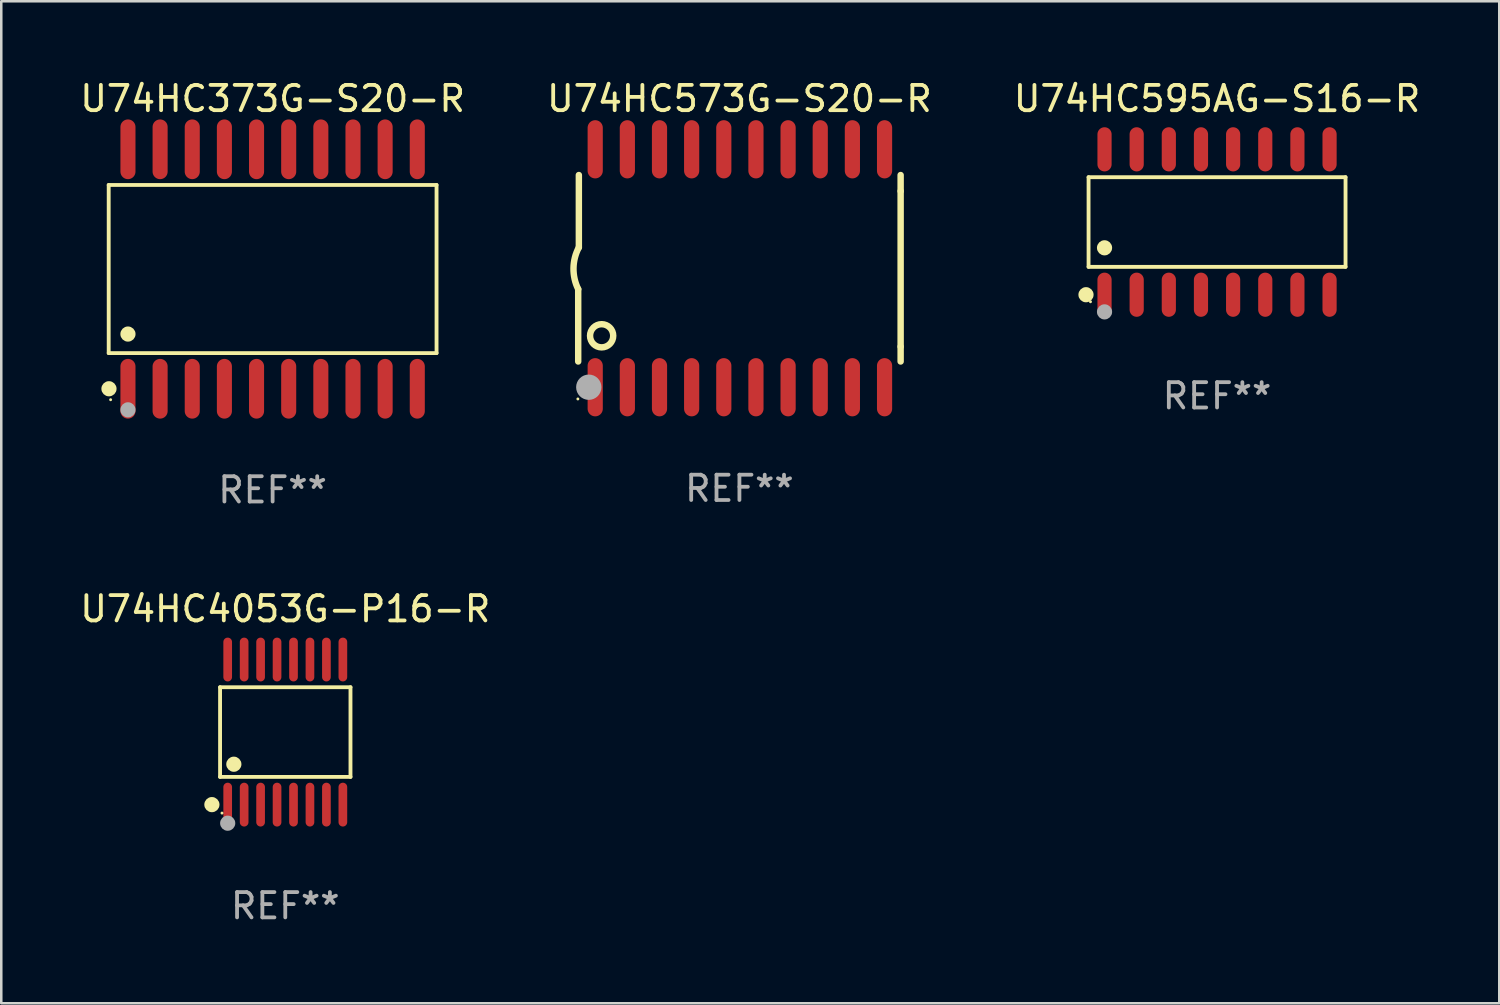
<source format=kicad_pcb>
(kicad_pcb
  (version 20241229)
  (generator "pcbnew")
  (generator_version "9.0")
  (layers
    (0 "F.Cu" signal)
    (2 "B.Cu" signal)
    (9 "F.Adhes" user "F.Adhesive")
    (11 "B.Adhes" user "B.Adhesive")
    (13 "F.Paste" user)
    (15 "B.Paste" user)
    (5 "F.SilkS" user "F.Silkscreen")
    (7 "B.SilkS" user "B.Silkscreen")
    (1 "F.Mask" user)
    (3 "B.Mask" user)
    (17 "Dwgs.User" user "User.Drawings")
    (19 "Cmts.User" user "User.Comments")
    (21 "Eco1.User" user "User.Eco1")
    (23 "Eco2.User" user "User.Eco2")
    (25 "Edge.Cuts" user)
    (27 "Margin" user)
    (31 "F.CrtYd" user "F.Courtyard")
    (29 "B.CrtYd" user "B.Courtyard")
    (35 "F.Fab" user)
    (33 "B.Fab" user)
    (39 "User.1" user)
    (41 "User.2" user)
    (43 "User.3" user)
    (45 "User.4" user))
  (footprint "U74HC373G-S20-R"
    (layer "F.Cu")
    (at 7.72 7.578)
    (property "Reference" "U74HC373G-S20-R" (at 0 -6.73 0) (layer "F.SilkS") (effects (font (size 1 1) (thickness 0.15))))
    (attr through_hole)
    (fp_line (start -6.476 -3.321) (end 6.476 -3.321) (stroke (width 0.152) (type solid)) (layer "F.SilkS"))
    (fp_line (start -6.476 3.321) (end -6.476 -3.321) (stroke (width 0.152) (type solid)) (layer "F.SilkS"))
    (fp_line (start 6.476 -3.321) (end 6.476 3.321) (stroke (width 0.152) (type solid)) (layer "F.SilkS"))
    (fp_line (start 6.476 3.321) (end -6.476 3.321) (stroke (width 0.152) (type solid)) (layer "F.SilkS"))
    (fp_circle (center -6.465 4.73) (end -6.315 4.73) (stroke (width 0.3) (type solid)) (fill no) (layer "F.SilkS"))
    (fp_circle (center -6.4 5.163) (end -6.37 5.163) (stroke (width 0.06) (type solid)) (fill no) (layer "F.SilkS"))
    (fp_circle (center -5.715 2.569) (end -5.565 2.569) (stroke (width 0.3) (type solid)) (fill no) (layer "F.SilkS"))
    (fp_circle (center -5.715 5.563) (end -5.565 5.563) (stroke (width 0.3) (type solid)) (fill no) (layer "F.Fab"))
    (fp_text user "REF**" (at 0 8.73 0) (layer "F.Fab") (effects (font (size 1 1) (thickness 0.15))))
    (pad "1" smd oval (at -5.715 4.73) (size 0.595 2.36) (layers "F.Cu" "F.Mask" "F.Paste"))
    (pad "2" smd oval (at -4.445 4.73) (size 0.595 2.36) (layers "F.Cu" "F.Mask" "F.Paste"))
    (pad "3" smd oval (at -3.175 4.73) (size 0.595 2.36) (layers "F.Cu" "F.Mask" "F.Paste"))
    (pad "4" smd oval (at -1.905 4.73) (size 0.595 2.36) (layers "F.Cu" "F.Mask" "F.Paste"))
    (pad "5" smd oval (at -0.635 4.73) (size 0.595 2.36) (layers "F.Cu" "F.Mask" "F.Paste"))
    (pad "6" smd oval (at 0.635 4.73) (size 0.595 2.36) (layers "F.Cu" "F.Mask" "F.Paste"))
    (pad "7" smd oval (at 1.905 4.73) (size 0.595 2.36) (layers "F.Cu" "F.Mask" "F.Paste"))
    (pad "8" smd oval (at 3.175 4.73) (size 0.595 2.36) (layers "F.Cu" "F.Mask" "F.Paste"))
    (pad "9" smd oval (at 4.445 4.73) (size 0.595 2.36) (layers "F.Cu" "F.Mask" "F.Paste"))
    (pad "10" smd oval (at 5.715 4.73) (size 0.595 2.36) (layers "F.Cu" "F.Mask" "F.Paste"))
    (pad "11" smd oval (at 5.715 -4.73) (size 0.595 2.36) (layers "F.Cu" "F.Mask" "F.Paste"))
    (pad "12" smd oval (at 4.445 -4.73) (size 0.595 2.36) (layers "F.Cu" "F.Mask" "F.Paste"))
    (pad "13" smd oval (at 3.175 -4.73) (size 0.595 2.36) (layers "F.Cu" "F.Mask" "F.Paste"))
    (pad "14" smd oval (at 1.905 -4.73) (size 0.595 2.36) (layers "F.Cu" "F.Mask" "F.Paste"))
    (pad "15" smd oval (at 0.635 -4.73) (size 0.595 2.36) (layers "F.Cu" "F.Mask" "F.Paste"))
    (pad "16" smd oval (at -0.635 -4.73) (size 0.595 2.36) (layers "F.Cu" "F.Mask" "F.Paste"))
    (pad "17" smd oval (at -1.905 -4.73) (size 0.595 2.36) (layers "F.Cu" "F.Mask" "F.Paste"))
    (pad "18" smd oval (at -3.175 -4.73) (size 0.595 2.36) (layers "F.Cu" "F.Mask" "F.Paste"))
    (pad "19" smd oval (at -4.445 -4.73) (size 0.595 2.36) (layers "F.Cu" "F.Mask" "F.Paste"))
    (pad "20" smd oval (at -5.715 -4.73) (size 0.595 2.36) (layers "F.Cu" "F.Mask" "F.Paste")))
  (footprint "U74HC595AG-S16-R"
    (layer "F.Cu")
    (at 45.03 5.721)
    (property "Reference" "U74HC595AG-S16-R" (at 0 -4.872 0) (layer "F.SilkS") (effects (font (size 1 1) (thickness 0.15))))
    (attr through_hole)
    (fp_line (start -5.076 -1.771) (end 5.076 -1.771) (stroke (width 0.152) (type solid)) (layer "F.SilkS"))
    (fp_line (start -5.076 1.771) (end -5.076 -1.771) (stroke (width 0.152) (type solid)) (layer "F.SilkS"))
    (fp_line (start 5.076 -1.771) (end 5.076 1.771) (stroke (width 0.152) (type solid)) (layer "F.SilkS"))
    (fp_line (start 5.076 1.771) (end -5.076 1.771) (stroke (width 0.152) (type solid)) (layer "F.SilkS"))
    (fp_circle (center -5.177 2.872) (end -5.027 2.872) (stroke (width 0.3) (type solid)) (fill no) (layer "F.SilkS"))
    (fp_circle (center -5 3.15) (end -4.97 3.15) (stroke (width 0.06) (type solid)) (fill no) (layer "F.SilkS"))
    (fp_circle (center -4.445 1.019) (end -4.295 1.019) (stroke (width 0.3) (type solid)) (fill no) (layer "F.SilkS"))
    (fp_circle (center -4.445 3.55) (end -4.295 3.55) (stroke (width 0.3) (type solid)) (fill no) (layer "F.Fab"))
    (fp_text user "REF**" (at 0 6.872 0) (layer "F.Fab") (effects (font (size 1 1) (thickness 0.15))))
    (pad "1" smd oval (at -4.445 2.872) (size 0.56 1.745) (layers "F.Cu" "F.Mask" "F.Paste"))
    (pad "2" smd oval (at -3.175 2.872) (size 0.56 1.745) (layers "F.Cu" "F.Mask" "F.Paste"))
    (pad "3" smd oval (at -1.905 2.872) (size 0.56 1.745) (layers "F.Cu" "F.Mask" "F.Paste"))
    (pad "4" smd oval (at -0.635 2.872) (size 0.56 1.745) (layers "F.Cu" "F.Mask" "F.Paste"))
    (pad "5" smd oval (at 0.635 2.872) (size 0.56 1.745) (layers "F.Cu" "F.Mask" "F.Paste"))
    (pad "6" smd oval (at 1.905 2.872) (size 0.56 1.745) (layers "F.Cu" "F.Mask" "F.Paste"))
    (pad "7" smd oval (at 3.175 2.872) (size 0.56 1.745) (layers "F.Cu" "F.Mask" "F.Paste"))
    (pad "8" smd oval (at 4.445 2.872) (size 0.56 1.745) (layers "F.Cu" "F.Mask" "F.Paste"))
    (pad "9" smd oval (at 4.445 -2.872) (size 0.56 1.745) (layers "F.Cu" "F.Mask" "F.Paste"))
    (pad "10" smd oval (at 3.175 -2.872) (size 0.56 1.745) (layers "F.Cu" "F.Mask" "F.Paste"))
    (pad "11" smd oval (at 1.905 -2.872) (size 0.56 1.745) (layers "F.Cu" "F.Mask" "F.Paste"))
    (pad "12" smd oval (at 0.635 -2.872) (size 0.56 1.745) (layers "F.Cu" "F.Mask" "F.Paste"))
    (pad "13" smd oval (at -0.635 -2.872) (size 0.56 1.745) (layers "F.Cu" "F.Mask" "F.Paste"))
    (pad "14" smd oval (at -1.905 -2.872) (size 0.56 1.745) (layers "F.Cu" "F.Mask" "F.Paste"))
    (pad "15" smd oval (at -3.175 -2.872) (size 0.56 1.745) (layers "F.Cu" "F.Mask" "F.Paste"))
    (pad "16" smd oval (at -4.445 -2.872) (size 0.56 1.745) (layers "F.Cu" "F.Mask" "F.Paste")))
  (footprint "U74HC573G-S20-R"
    (layer "F.Cu")
    (at 26.161 7.548)
    (property "Reference" "U74HC573G-S20-R" (at 0 -6.7 0) (layer "F.SilkS") (effects (font (size 1 1) (thickness 0.15))))
    (attr through_hole)
    (fp_line (start -6.369 0.826) (end -6.369 3.683) (stroke (width 0.254) (type solid)) (layer "F.SilkS"))
    (fp_line (start -6.343 -0.825) (end -6.343 -3.683) (stroke (width 0.254) (type solid)) (layer "F.SilkS"))
    (fp_line (start 6.369 -3.048) (end 6.369 -3.683) (stroke (width 0.254) (type solid)) (layer "F.SilkS"))
    (fp_line (start 6.369 -3.048) (end 6.369 3.096) (stroke (width 0.254) (type solid)) (layer "F.SilkS"))
    (fp_line (start 6.369 3.096) (end 6.369 3.683) (stroke (width 0.254) (type solid)) (layer "F.SilkS"))
    (fp_arc (start -6.36853 0.825552) (mid -6.554743 -0.00301) (end -6.343129 -0.825451) (stroke (width 0.254001) (type solid)) (layer "F.SilkS"))
    (fp_circle (center -6.382 5.163) (end -6.352 5.163) (stroke (width 0.06) (type solid)) (fill no) (layer "F.SilkS"))
    (fp_circle (center -5.443 2.667) (end -4.985 2.667) (stroke (width 0.254) (type solid)) (fill no) (layer "F.SilkS"))
    (fp_circle (center -5.951 4.699) (end -5.701 4.699) (stroke (width 0.5) (type solid)) (fill no) (layer "F.Fab"))
    (fp_text user "REF**" (at 0 8.7 0) (layer "F.Fab") (effects (font (size 1 1) (thickness 0.15))))
    (pad "1" smd oval (at -5.697 4.7 180) (size 0.6 2.3) (layers "F.Cu" "F.Mask" "F.Paste"))
    (pad "2" smd oval (at -4.427 4.7 180) (size 0.6 2.3) (layers "F.Cu" "F.Mask" "F.Paste"))
    (pad "3" smd oval (at -3.157 4.7 180) (size 0.6 2.3) (layers "F.Cu" "F.Mask" "F.Paste"))
    (pad "4" smd oval (at -1.887 4.7 180) (size 0.6 2.3) (layers "F.Cu" "F.Mask" "F.Paste"))
    (pad "5" smd oval (at -0.617 4.7 180) (size 0.6 2.3) (layers "F.Cu" "F.Mask" "F.Paste"))
    (pad "6" smd oval (at 0.653 4.7 180) (size 0.6 2.3) (layers "F.Cu" "F.Mask" "F.Paste"))
    (pad "7" smd oval (at 1.923 4.7 180) (size 0.6 2.3) (layers "F.Cu" "F.Mask" "F.Paste"))
    (pad "8" smd oval (at 3.193 4.7 180) (size 0.6 2.3) (layers "F.Cu" "F.Mask" "F.Paste"))
    (pad "9" smd oval (at 4.463 4.7 180) (size 0.6 2.3) (layers "F.Cu" "F.Mask" "F.Paste"))
    (pad "10" smd oval (at 5.734 4.7 180) (size 0.6 2.3) (layers "F.Cu" "F.Mask" "F.Paste"))
    (pad "11" smd oval (at 5.734 -4.7 180) (size 0.6 2.3) (layers "F.Cu" "F.Mask" "F.Paste"))
    (pad "12" smd oval (at 4.463 -4.7 180) (size 0.6 2.3) (layers "F.Cu" "F.Mask" "F.Paste"))
    (pad "13" smd oval (at 3.193 -4.7 180) (size 0.6 2.3) (layers "F.Cu" "F.Mask" "F.Paste"))
    (pad "14" smd oval (at 1.923 -4.7 180) (size 0.6 2.3) (layers "F.Cu" "F.Mask" "F.Paste"))
    (pad "15" smd oval (at 0.653 -4.7 180) (size 0.6 2.3) (layers "F.Cu" "F.Mask" "F.Paste"))
    (pad "16" smd oval (at -0.617 -4.7 180) (size 0.6 2.3) (layers "F.Cu" "F.Mask" "F.Paste"))
    (pad "17" smd oval (at -1.887 -4.7 180) (size 0.6 2.3) (layers "F.Cu" "F.Mask" "F.Paste"))
    (pad "18" smd oval (at -3.157 -4.7 180) (size 0.6 2.3) (layers "F.Cu" "F.Mask" "F.Paste"))
    (pad "19" smd oval (at -4.427 -4.7 180) (size 0.6 2.3) (layers "F.Cu" "F.Mask" "F.Paste"))
    (pad "20" smd oval (at -5.697 -4.7 180) (size 0.6 2.3) (layers "F.Cu" "F.Mask" "F.Paste")))
  (footprint "U74HC4053G-P16-R"
    (layer "F.Cu")
    (at 8.22 25.871)
    (property "Reference" "U74HC4053G-P16-R" (at 0 -4.866 0) (layer "F.SilkS") (effects (font (size 1 1) (thickness 0.15))))
    (attr through_hole)
    (fp_line (start -2.576 -1.772) (end 2.576 -1.772) (stroke (width 0.152) (type solid)) (layer "F.SilkS"))
    (fp_line (start -2.576 1.771) (end -2.576 -1.772) (stroke (width 0.152) (type solid)) (layer "F.SilkS"))
    (fp_line (start 2.576 -1.772) (end 2.576 1.771) (stroke (width 0.152) (type solid)) (layer "F.SilkS"))
    (fp_line (start 2.576 1.771) (end -2.576 1.771) (stroke (width 0.152) (type solid)) (layer "F.SilkS"))
    (fp_circle (center -2.899 2.866) (end -2.749 2.866) (stroke (width 0.3) (type solid)) (fill no) (layer "F.SilkS"))
    (fp_circle (center -2.5 3.2) (end -2.47 3.2) (stroke (width 0.06) (type solid)) (fill no) (layer "F.SilkS"))
    (fp_circle (center -2.032 1.27) (end -1.882 1.27) (stroke (width 0.3) (type solid)) (fill no) (layer "F.SilkS"))
    (fp_circle (center -2.275 3.6) (end -2.125 3.6) (stroke (width 0.3) (type solid)) (fill no) (layer "F.Fab"))
    (fp_text user "REF**" (at 0 6.866 0) (layer "F.Fab") (effects (font (size 1 1) (thickness 0.15))))
    (pad "1" smd oval (at -2.275 2.866) (size 0.343 1.731) (layers "F.Cu" "F.Mask" "F.Paste"))
    (pad "2" smd oval (at -1.625 2.866) (size 0.343 1.731) (layers "F.Cu" "F.Mask" "F.Paste"))
    (pad "3" smd oval (at -0.975 2.866) (size 0.343 1.731) (layers "F.Cu" "F.Mask" "F.Paste"))
    (pad "4" smd oval (at -0.325 2.866) (size 0.343 1.731) (layers "F.Cu" "F.Mask" "F.Paste"))
    (pad "5" smd oval (at 0.325 2.866) (size 0.343 1.731) (layers "F.Cu" "F.Mask" "F.Paste"))
    (pad "6" smd oval (at 0.975 2.866) (size 0.343 1.731) (layers "F.Cu" "F.Mask" "F.Paste"))
    (pad "7" smd oval (at 1.625 2.866) (size 0.343 1.731) (layers "F.Cu" "F.Mask" "F.Paste"))
    (pad "8" smd oval (at 2.275 2.866) (size 0.343 1.731) (layers "F.Cu" "F.Mask" "F.Paste"))
    (pad "9" smd oval (at 2.275 -2.866) (size 0.343 1.731) (layers "F.Cu" "F.Mask" "F.Paste"))
    (pad "10" smd oval (at 1.625 -2.866) (size 0.343 1.731) (layers "F.Cu" "F.Mask" "F.Paste"))
    (pad "11" smd oval (at 0.975 -2.866) (size 0.343 1.731) (layers "F.Cu" "F.Mask" "F.Paste"))
    (pad "12" smd oval (at 0.325 -2.866) (size 0.343 1.731) (layers "F.Cu" "F.Mask" "F.Paste"))
    (pad "13" smd oval (at -0.325 -2.866) (size 0.343 1.731) (layers "F.Cu" "F.Mask" "F.Paste"))
    (pad "14" smd oval (at -0.975 -2.866) (size 0.343 1.731) (layers "F.Cu" "F.Mask" "F.Paste"))
    (pad "15" smd oval (at -1.625 -2.866) (size 0.343 1.731) (layers "F.Cu" "F.Mask" "F.Paste"))
    (pad "16" smd oval (at -2.275 -2.866) (size 0.343 1.731) (layers "F.Cu" "F.Mask" "F.Paste")))
  (gr_rect
    (start -3 -3)
    (end 56.179 36.585)
    (stroke (width 0.1) (type default))
    (fill no)
    (layer "Edge.Cuts")))
</source>
